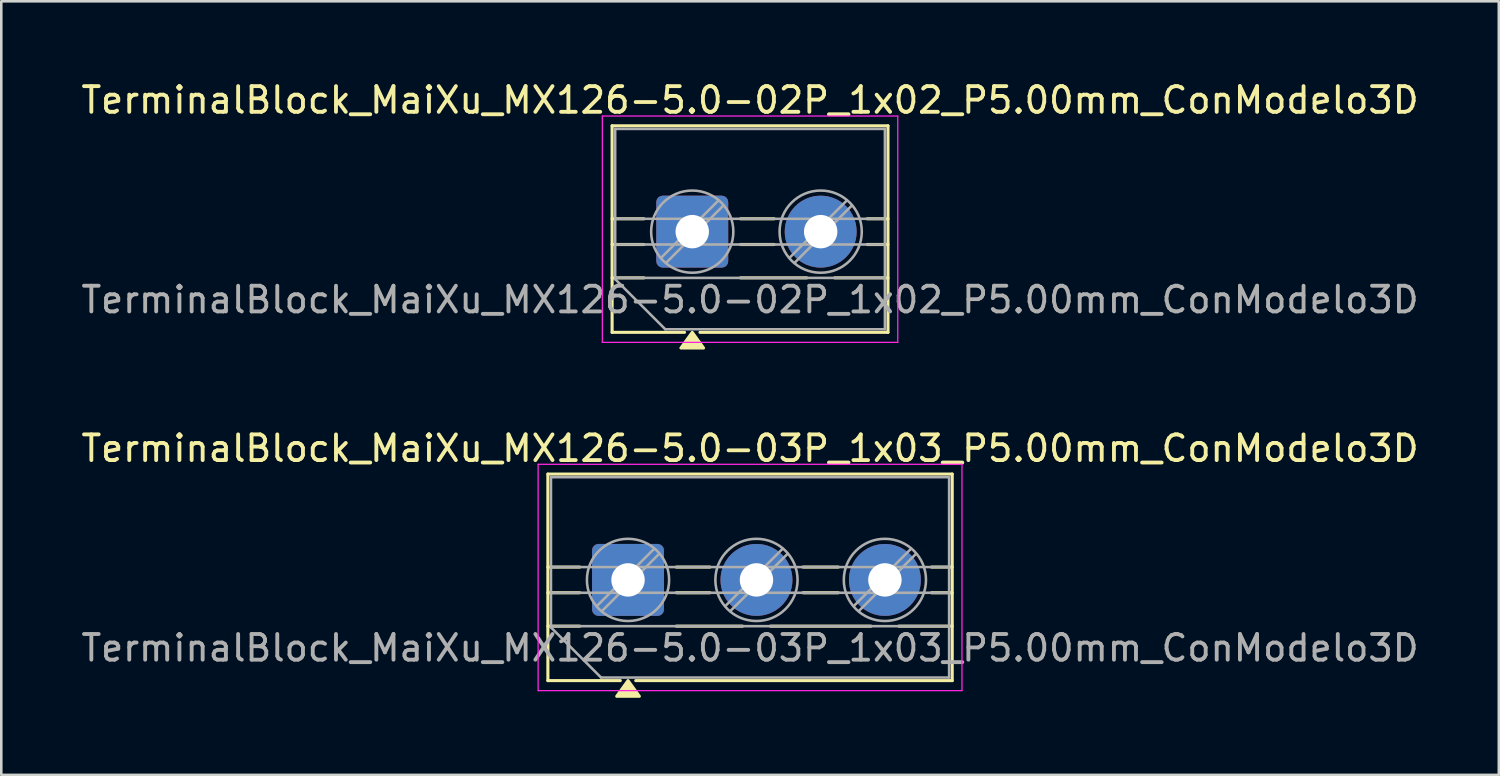
<source format=kicad_pcb>
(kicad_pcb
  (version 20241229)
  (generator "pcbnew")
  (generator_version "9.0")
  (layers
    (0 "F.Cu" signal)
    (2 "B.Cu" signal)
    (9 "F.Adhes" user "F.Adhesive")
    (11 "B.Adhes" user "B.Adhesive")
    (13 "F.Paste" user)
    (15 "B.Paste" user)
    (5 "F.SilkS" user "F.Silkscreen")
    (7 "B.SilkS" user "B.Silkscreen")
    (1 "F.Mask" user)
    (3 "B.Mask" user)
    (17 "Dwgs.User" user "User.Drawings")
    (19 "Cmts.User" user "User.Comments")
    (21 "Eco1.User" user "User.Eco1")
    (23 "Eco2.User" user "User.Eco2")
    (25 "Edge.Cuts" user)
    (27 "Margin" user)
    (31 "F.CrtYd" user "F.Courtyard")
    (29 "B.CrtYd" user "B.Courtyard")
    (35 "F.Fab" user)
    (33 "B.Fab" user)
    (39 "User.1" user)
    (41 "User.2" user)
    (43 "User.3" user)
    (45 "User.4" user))
  (footprint "TerminalBlock_MaiXu_MX126-5.0-03P_1x03_P5.00mm_ConModelo3D"
    (layer "F.Cu")
    (at 21.399 19.526)
    (property "Reference" "TerminalBlock_MaiXu_MX126-5.0-03P_1x03_P5.00mm_ConModelo3D" (at 4.75 -5.12 0) (layer "F.SilkS") (effects (font (size 1 1) (thickness 0.15))))
    (attr through_hole)
    (fp_line (start -3.12 -4.12) (end -3.12 3.92) (stroke (width 0.12) (type solid)) (layer "F.SilkS"))
    (fp_line (start -3.12 -4.12) (end 12.62 -4.12) (stroke (width 0.12) (type solid)) (layer "F.SilkS"))
    (fp_line (start -3.12 -0.5) (end -1.88 -0.5) (stroke (width 0.12) (type solid)) (layer "F.SilkS"))
    (fp_line (start -3.12 0.5) (end -1.88 0.5) (stroke (width 0.12) (type solid)) (layer "F.SilkS"))
    (fp_line (start -3.12 1.8) (end -1.88 1.8) (stroke (width 0.12) (type solid)) (layer "F.SilkS"))
    (fp_line (start -3.12 3.92) (end -0.3 3.92) (stroke (width 0.12) (type solid)) (layer "F.SilkS"))
    (fp_line (start 0.3 3.92) (end 12.62 3.92) (stroke (width 0.12) (type solid)) (layer "F.SilkS"))
    (fp_line (start 1.88 -0.5) (end 3.188 -0.5) (stroke (width 0.12) (type solid)) (layer "F.SilkS"))
    (fp_line (start 1.88 0.5) (end 3.188 0.5) (stroke (width 0.12) (type solid)) (layer "F.SilkS"))
    (fp_line (start 1.88 1.8) (end 4.457 1.8) (stroke (width 0.12) (type solid)) (layer "F.SilkS"))
    (fp_line (start 5.543 1.8) (end 9.457 1.8) (stroke (width 0.12) (type solid)) (layer "F.SilkS"))
    (fp_line (start 6.812 -0.5) (end 8.188 -0.5) (stroke (width 0.12) (type solid)) (layer "F.SilkS"))
    (fp_line (start 6.812 0.5) (end 8.188 0.5) (stroke (width 0.12) (type solid)) (layer "F.SilkS"))
    (fp_line (start 10.543 1.8) (end 12.62 1.8) (stroke (width 0.12) (type solid)) (layer "F.SilkS"))
    (fp_line (start 11.812 -0.5) (end 12.62 -0.5) (stroke (width 0.12) (type solid)) (layer "F.SilkS"))
    (fp_line (start 11.812 0.5) (end 12.62 0.5) (stroke (width 0.12) (type solid)) (layer "F.SilkS"))
    (fp_line (start 12.62 -4.12) (end 12.62 3.92) (stroke (width 0.12) (type solid)) (layer "F.SilkS"))
    (fp_poly (pts (xy 0 3.92) (xy 0.44 4.53) (xy -0.44 4.53)) (stroke (width 0.12) (type solid)) (fill yes) (layer "F.SilkS"))
    (fp_line (start -3.5 -4.5) (end -3.5 4.31) (stroke (width 0.05) (type solid)) (layer "F.CrtYd"))
    (fp_line (start -3.5 4.31) (end 13 4.31) (stroke (width 0.05) (type solid)) (layer "F.CrtYd"))
    (fp_line (start 13 -4.5) (end -3.5 -4.5) (stroke (width 0.05) (type solid)) (layer "F.CrtYd"))
    (fp_line (start 13 4.31) (end 13 -4.5) (stroke (width 0.05) (type solid)) (layer "F.CrtYd"))
    (fp_line (start -3 -4) (end 12.5 -4) (stroke (width 0.1) (type solid)) (layer "F.Fab"))
    (fp_line (start -3 -0.5) (end 12.5 -0.5) (stroke (width 0.1) (type solid)) (layer "F.Fab"))
    (fp_line (start -3 0.5) (end 12.5 0.5) (stroke (width 0.1) (type solid)) (layer "F.Fab"))
    (fp_line (start -3 1.8) (end 12.5 1.8) (stroke (width 0.1) (type solid)) (layer "F.Fab"))
    (fp_line (start -3 1.85) (end -3 -4) (stroke (width 0.1) (type solid)) (layer "F.Fab"))
    (fp_line (start -1.05 3.8) (end -3 1.85) (stroke (width 0.1) (type solid)) (layer "F.Fab"))
    (fp_line (start 1.018 -1.213) (end -1.213 1.018) (stroke (width 0.1) (type solid)) (layer "F.Fab"))
    (fp_line (start 1.213 -1.018) (end -1.018 1.213) (stroke (width 0.1) (type solid)) (layer "F.Fab"))
    (fp_line (start 6.018 -1.213) (end 3.787 1.018) (stroke (width 0.1) (type solid)) (layer "F.Fab"))
    (fp_line (start 6.213 -1.018) (end 3.982 1.213) (stroke (width 0.1) (type solid)) (layer "F.Fab"))
    (fp_line (start 11.018 -1.213) (end 8.787 1.018) (stroke (width 0.1) (type solid)) (layer "F.Fab"))
    (fp_line (start 11.213 -1.018) (end 8.982 1.213) (stroke (width 0.1) (type solid)) (layer "F.Fab"))
    (fp_line (start 12.5 -4) (end 12.5 3.8) (stroke (width 0.1) (type solid)) (layer "F.Fab"))
    (fp_line (start 12.5 3.8) (end -1.05 3.8) (stroke (width 0.1) (type solid)) (layer "F.Fab"))
    (fp_circle (center 0 0) (end 1.6 0) (stroke (width 0.1) (type solid)) (fill no) (layer "F.Fab"))
    (fp_circle (center 5 0) (end 6.6 0) (stroke (width 0.1) (type solid)) (fill no) (layer "F.Fab"))
    (fp_circle (center 10 0) (end 11.6 0) (stroke (width 0.1) (type solid)) (fill no) (layer "F.Fab"))
    (fp_text user "${REFERENCE}" (at 4.75 2.65 0) (layer "F.Fab") (effects (font (size 1 1) (thickness 0.15))))
    (pad "1" thru_hole roundrect (at 0 0) (size 2.8 2.8) (drill 1.3) (layers "*.Cu" "*.Mask") (roundrect_rratio 0.089))
    (pad "2" thru_hole circle (at 5 0) (size 2.8 2.8) (drill 1.3) (layers "*.Cu" "*.Mask"))
    (pad "3" thru_hole circle (at 10 0) (size 2.8 2.8) (drill 1.3) (layers "*.Cu" "*.Mask")))
  (footprint "TerminalBlock_MaiXu_MX126-5.0-02P_1x02_P5.00mm_ConModelo3D"
    (layer "F.Cu")
    (at 23.899 5.968)
    (property "Reference" "TerminalBlock_MaiXu_MX126-5.0-02P_1x02_P5.00mm_ConModelo3D" (at 2.25 -5.12 0) (layer "F.SilkS") (effects (font (size 1 1) (thickness 0.15))))
    (attr through_hole)
    (fp_line (start -3.12 -4.12) (end -3.12 3.92) (stroke (width 0.12) (type solid)) (layer "F.SilkS"))
    (fp_line (start -3.12 -4.12) (end 7.62 -4.12) (stroke (width 0.12) (type solid)) (layer "F.SilkS"))
    (fp_line (start -3.12 -0.5) (end -1.88 -0.5) (stroke (width 0.12) (type solid)) (layer "F.SilkS"))
    (fp_line (start -3.12 0.5) (end -1.88 0.5) (stroke (width 0.12) (type solid)) (layer "F.SilkS"))
    (fp_line (start -3.12 1.8) (end -1.88 1.8) (stroke (width 0.12) (type solid)) (layer "F.SilkS"))
    (fp_line (start -3.12 3.92) (end -0.3 3.92) (stroke (width 0.12) (type solid)) (layer "F.SilkS"))
    (fp_line (start 0.3 3.92) (end 7.62 3.92) (stroke (width 0.12) (type solid)) (layer "F.SilkS"))
    (fp_line (start 1.88 -0.5) (end 3.188 -0.5) (stroke (width 0.12) (type solid)) (layer "F.SilkS"))
    (fp_line (start 1.88 0.5) (end 3.188 0.5) (stroke (width 0.12) (type solid)) (layer "F.SilkS"))
    (fp_line (start 1.88 1.8) (end 4.457 1.8) (stroke (width 0.12) (type solid)) (layer "F.SilkS"))
    (fp_line (start 5.543 1.8) (end 7.62 1.8) (stroke (width 0.12) (type solid)) (layer "F.SilkS"))
    (fp_line (start 6.812 -0.5) (end 7.62 -0.5) (stroke (width 0.12) (type solid)) (layer "F.SilkS"))
    (fp_line (start 6.812 0.5) (end 7.62 0.5) (stroke (width 0.12) (type solid)) (layer "F.SilkS"))
    (fp_line (start 7.62 -4.12) (end 7.62 3.92) (stroke (width 0.12) (type solid)) (layer "F.SilkS"))
    (fp_poly (pts (xy 0 3.92) (xy 0.44 4.53) (xy -0.44 4.53)) (stroke (width 0.12) (type solid)) (fill yes) (layer "F.SilkS"))
    (fp_line (start -3.5 -4.5) (end -3.5 4.31) (stroke (width 0.05) (type solid)) (layer "F.CrtYd"))
    (fp_line (start -3.5 4.31) (end 8 4.31) (stroke (width 0.05) (type solid)) (layer "F.CrtYd"))
    (fp_line (start 8 -4.5) (end -3.5 -4.5) (stroke (width 0.05) (type solid)) (layer "F.CrtYd"))
    (fp_line (start 8 4.31) (end 8 -4.5) (stroke (width 0.05) (type solid)) (layer "F.CrtYd"))
    (fp_line (start -3 -4) (end 7.5 -4) (stroke (width 0.1) (type solid)) (layer "F.Fab"))
    (fp_line (start -3 -0.5) (end 7.5 -0.5) (stroke (width 0.1) (type solid)) (layer "F.Fab"))
    (fp_line (start -3 0.5) (end 7.5 0.5) (stroke (width 0.1) (type solid)) (layer "F.Fab"))
    (fp_line (start -3 1.8) (end 7.5 1.8) (stroke (width 0.1) (type solid)) (layer "F.Fab"))
    (fp_line (start -3 1.85) (end -3 -4) (stroke (width 0.1) (type solid)) (layer "F.Fab"))
    (fp_line (start -1.05 3.8) (end -3 1.85) (stroke (width 0.1) (type solid)) (layer "F.Fab"))
    (fp_line (start 1.018 -1.213) (end -1.213 1.018) (stroke (width 0.1) (type solid)) (layer "F.Fab"))
    (fp_line (start 1.213 -1.018) (end -1.018 1.213) (stroke (width 0.1) (type solid)) (layer "F.Fab"))
    (fp_line (start 6.018 -1.213) (end 3.787 1.018) (stroke (width 0.1) (type solid)) (layer "F.Fab"))
    (fp_line (start 6.213 -1.018) (end 3.982 1.213) (stroke (width 0.1) (type solid)) (layer "F.Fab"))
    (fp_line (start 7.5 -4) (end 7.5 3.8) (stroke (width 0.1) (type solid)) (layer "F.Fab"))
    (fp_line (start 7.5 3.8) (end -1.05 3.8) (stroke (width 0.1) (type solid)) (layer "F.Fab"))
    (fp_circle (center 0 0) (end 1.6 0) (stroke (width 0.1) (type solid)) (fill no) (layer "F.Fab"))
    (fp_circle (center 5 0) (end 6.6 0) (stroke (width 0.1) (type solid)) (fill no) (layer "F.Fab"))
    (fp_text user "${REFERENCE}" (at 2.25 2.65 0) (layer "F.Fab") (effects (font (size 1 1) (thickness 0.15))))
    (pad "1" thru_hole roundrect (at 0 0) (size 2.8 2.8) (drill 1.3) (layers "*.Cu" "*.Mask") (roundrect_rratio 0.089))
    (pad "2" thru_hole circle (at 5 0) (size 2.8 2.8) (drill 1.3) (layers "*.Cu" "*.Mask")))
  (gr_rect
    (start -3 -3)
    (end 55.298 27.116)
    (stroke (width 0.1) (type default))
    (fill no)
    (layer "Edge.Cuts")))
</source>
